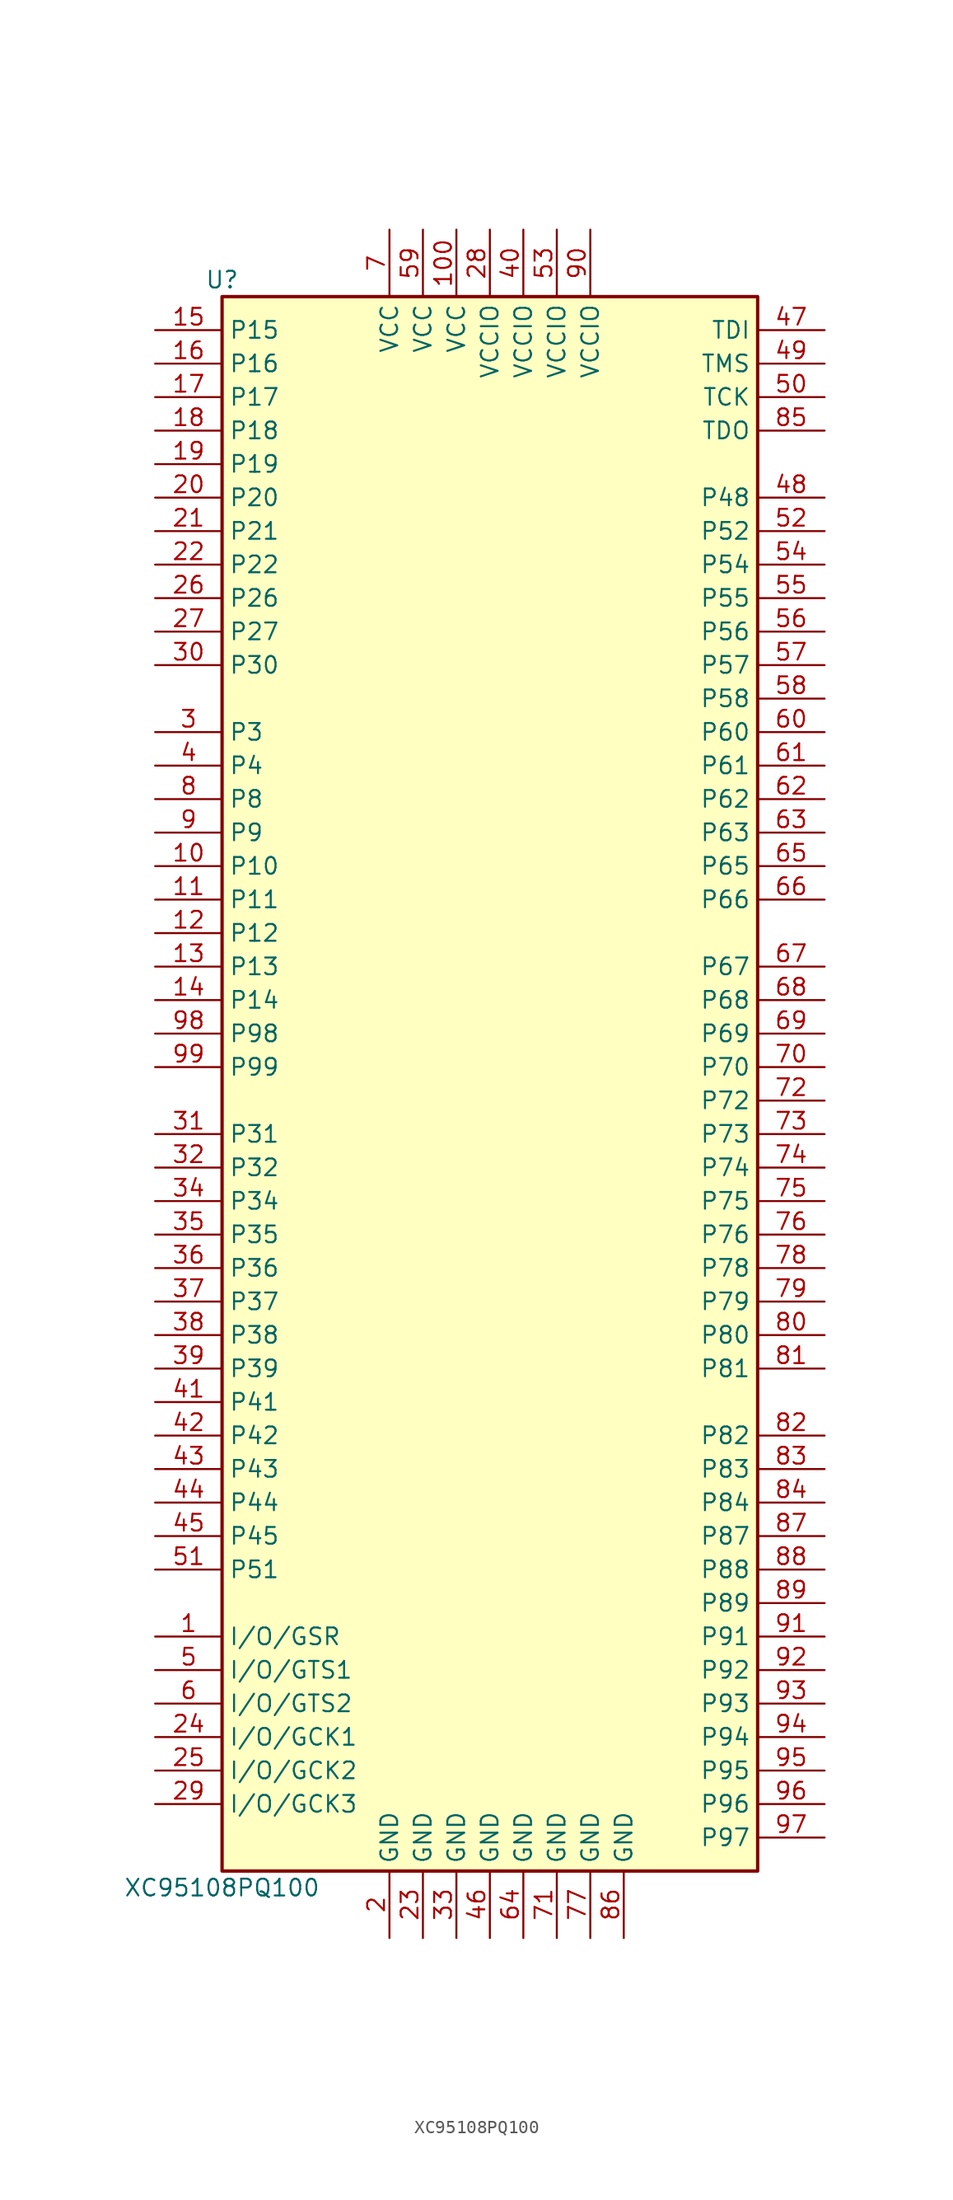
<source format=kicad_sym>
(kicad_symbol_lib
  (version 20201005)
  (generator kicad_symbol_editor)
  (symbol "XC95108PQ100"
    (property "Reference" "U"
      (at -20.32 59.69 0)
      (effects (font (size 1.27 1.27))))
    (property "Value" "XC95108PQ100"
      (at -20.32 -62.23 0)
      (effects (font (size 1.27 1.27))))
    (symbol "XC95108PQ100_1_1"
      (rectangle (start -20.32 58.42) (end 20.32 -60.96) (stroke (width 0.254)) (fill (type background)))
      (pin bidirectional line (at -25.4 -43.18 0) (length 5.08) (name "I/O/GSR" (effects (font (size 1.27 1.27)))) (number "1" (effects (font (size 1.27 1.27)))))
      (pin power_in line (at -7.62 -66.04 90) (length 5.08) (name "GND" (effects (font (size 1.27 1.27)))) (number "2" (effects (font (size 1.27 1.27)))))
      (pin bidirectional line (at -25.4 25.4 0) (length 5.08) (name "P3" (effects (font (size 1.27 1.27)))) (number "3" (effects (font (size 1.27 1.27)))))
      (pin bidirectional line (at -25.4 22.86 0) (length 5.08) (name "P4" (effects (font (size 1.27 1.27)))) (number "4" (effects (font (size 1.27 1.27)))))
      (pin bidirectional line (at -25.4 -45.72 0) (length 5.08) (name "I/O/GTS1" (effects (font (size 1.27 1.27)))) (number "5" (effects (font (size 1.27 1.27)))))
      (pin bidirectional line (at -25.4 -48.26 0) (length 5.08) (name "I/O/GTS2" (effects (font (size 1.27 1.27)))) (number "6" (effects (font (size 1.27 1.27)))))
      (pin power_in line (at -7.62 63.5 270) (length 5.08) (name "VCC" (effects (font (size 1.27 1.27)))) (number "7" (effects (font (size 1.27 1.27)))))
      (pin bidirectional line (at -25.4 20.32 0) (length 5.08) (name "P8" (effects (font (size 1.27 1.27)))) (number "8" (effects (font (size 1.27 1.27)))))
      (pin bidirectional line (at -25.4 17.78 0) (length 5.08) (name "P9" (effects (font (size 1.27 1.27)))) (number "9" (effects (font (size 1.27 1.27)))))
      (pin bidirectional line (at -25.4 15.24 0) (length 5.08) (name "P10" (effects (font (size 1.27 1.27)))) (number "10" (effects (font (size 1.27 1.27)))))
      (pin bidirectional line (at -25.4 43.18 0) (length 5.08) (name "P20" (effects (font (size 1.27 1.27)))) (number "20" (effects (font (size 1.27 1.27)))))
      (pin bidirectional line (at -25.4 30.48 0) (length 5.08) (name "P30" (effects (font (size 1.27 1.27)))) (number "30" (effects (font (size 1.27 1.27)))))
      (pin power_in line (at 2.54 63.5 270) (length 5.08) (name "VCCIO" (effects (font (size 1.27 1.27)))) (number "40" (effects (font (size 1.27 1.27)))))
      (pin input line (at 25.4 50.8 180) (length 5.08) (name "TCK" (effects (font (size 1.27 1.27)))) (number "50" (effects (font (size 1.27 1.27)))))
      (pin bidirectional line (at 25.4 25.4 180) (length 5.08) (name "P60" (effects (font (size 1.27 1.27)))) (number "60" (effects (font (size 1.27 1.27)))))
      (pin bidirectional line (at 25.4 0 180) (length 5.08) (name "P70" (effects (font (size 1.27 1.27)))) (number "70" (effects (font (size 1.27 1.27)))))
      (pin bidirectional line (at 25.4 -20.32 180) (length 5.08) (name "P80" (effects (font (size 1.27 1.27)))) (number "80" (effects (font (size 1.27 1.27)))))
      (pin power_in line (at 7.62 63.5 270) (length 5.08) (name "VCCIO" (effects (font (size 1.27 1.27)))) (number "90" (effects (font (size 1.27 1.27)))))
      (pin bidirectional line (at -25.4 12.7 0) (length 5.08) (name "P11" (effects (font (size 1.27 1.27)))) (number "11" (effects (font (size 1.27 1.27)))))
      (pin bidirectional line (at -25.4 40.64 0) (length 5.08) (name "P21" (effects (font (size 1.27 1.27)))) (number "21" (effects (font (size 1.27 1.27)))))
      (pin bidirectional line (at -25.4 -5.08 0) (length 5.08) (name "P31" (effects (font (size 1.27 1.27)))) (number "31" (effects (font (size 1.27 1.27)))))
      (pin bidirectional line (at -25.4 -25.4 0) (length 5.08) (name "P41" (effects (font (size 1.27 1.27)))) (number "41" (effects (font (size 1.27 1.27)))))
      (pin bidirectional line (at -25.4 -38.1 0) (length 5.08) (name "P51" (effects (font (size 1.27 1.27)))) (number "51" (effects (font (size 1.27 1.27)))))
      (pin bidirectional line (at 25.4 22.86 180) (length 5.08) (name "P61" (effects (font (size 1.27 1.27)))) (number "61" (effects (font (size 1.27 1.27)))))
      (pin power_in line (at 5.08 -66.04 90) (length 5.08) (name "GND" (effects (font (size 1.27 1.27)))) (number "71" (effects (font (size 1.27 1.27)))))
      (pin bidirectional line (at 25.4 -22.86 180) (length 5.08) (name "P81" (effects (font (size 1.27 1.27)))) (number "81" (effects (font (size 1.27 1.27)))))
      (pin bidirectional line (at 25.4 -43.18 180) (length 5.08) (name "P91" (effects (font (size 1.27 1.27)))) (number "91" (effects (font (size 1.27 1.27)))))
      (pin bidirectional line (at -25.4 10.16 0) (length 5.08) (name "P12" (effects (font (size 1.27 1.27)))) (number "12" (effects (font (size 1.27 1.27)))))
      (pin bidirectional line (at -25.4 38.1 0) (length 5.08) (name "P22" (effects (font (size 1.27 1.27)))) (number "22" (effects (font (size 1.27 1.27)))))
      (pin bidirectional line (at -25.4 -7.62 0) (length 5.08) (name "P32" (effects (font (size 1.27 1.27)))) (number "32" (effects (font (size 1.27 1.27)))))
      (pin bidirectional line (at -25.4 -27.94 0) (length 5.08) (name "P42" (effects (font (size 1.27 1.27)))) (number "42" (effects (font (size 1.27 1.27)))))
      (pin bidirectional line (at 25.4 40.64 180) (length 5.08) (name "P52" (effects (font (size 1.27 1.27)))) (number "52" (effects (font (size 1.27 1.27)))))
      (pin bidirectional line (at 25.4 20.32 180) (length 5.08) (name "P62" (effects (font (size 1.27 1.27)))) (number "62" (effects (font (size 1.27 1.27)))))
      (pin bidirectional line (at 25.4 -2.54 180) (length 5.08) (name "P72" (effects (font (size 1.27 1.27)))) (number "72" (effects (font (size 1.27 1.27)))))
      (pin bidirectional line (at 25.4 -27.94 180) (length 5.08) (name "P82" (effects (font (size 1.27 1.27)))) (number "82" (effects (font (size 1.27 1.27)))))
      (pin bidirectional line (at 25.4 -45.72 180) (length 5.08) (name "P92" (effects (font (size 1.27 1.27)))) (number "92" (effects (font (size 1.27 1.27)))))
      (pin bidirectional line (at -25.4 7.62 0) (length 5.08) (name "P13" (effects (font (size 1.27 1.27)))) (number "13" (effects (font (size 1.27 1.27)))))
      (pin power_in line (at -5.08 -66.04 90) (length 5.08) (name "GND" (effects (font (size 1.27 1.27)))) (number "23" (effects (font (size 1.27 1.27)))))
      (pin power_in line (at -2.54 -66.04 90) (length 5.08) (name "GND" (effects (font (size 1.27 1.27)))) (number "33" (effects (font (size 1.27 1.27)))))
      (pin bidirectional line (at -25.4 -30.48 0) (length 5.08) (name "P43" (effects (font (size 1.27 1.27)))) (number "43" (effects (font (size 1.27 1.27)))))
      (pin power_in line (at 5.08 63.5 270) (length 5.08) (name "VCCIO" (effects (font (size 1.27 1.27)))) (number "53" (effects (font (size 1.27 1.27)))))
      (pin bidirectional line (at 25.4 17.78 180) (length 5.08) (name "P63" (effects (font (size 1.27 1.27)))) (number "63" (effects (font (size 1.27 1.27)))))
      (pin bidirectional line (at 25.4 -5.08 180) (length 5.08) (name "P73" (effects (font (size 1.27 1.27)))) (number "73" (effects (font (size 1.27 1.27)))))
      (pin bidirectional line (at 25.4 -30.48 180) (length 5.08) (name "P83" (effects (font (size 1.27 1.27)))) (number "83" (effects (font (size 1.27 1.27)))))
      (pin bidirectional line (at 25.4 -48.26 180) (length 5.08) (name "P93" (effects (font (size 1.27 1.27)))) (number "93" (effects (font (size 1.27 1.27)))))
      (pin bidirectional line (at -25.4 5.08 0) (length 5.08) (name "P14" (effects (font (size 1.27 1.27)))) (number "14" (effects (font (size 1.27 1.27)))))
      (pin bidirectional line (at -25.4 -50.8 0) (length 5.08) (name "I/O/GCK1" (effects (font (size 1.27 1.27)))) (number "24" (effects (font (size 1.27 1.27)))))
      (pin bidirectional line (at -25.4 -10.16 0) (length 5.08) (name "P34" (effects (font (size 1.27 1.27)))) (number "34" (effects (font (size 1.27 1.27)))))
      (pin bidirectional line (at -25.4 -33.02 0) (length 5.08) (name "P44" (effects (font (size 1.27 1.27)))) (number "44" (effects (font (size 1.27 1.27)))))
      (pin bidirectional line (at 25.4 38.1 180) (length 5.08) (name "P54" (effects (font (size 1.27 1.27)))) (number "54" (effects (font (size 1.27 1.27)))))
      (pin power_in line (at 2.54 -66.04 90) (length 5.08) (name "GND" (effects (font (size 1.27 1.27)))) (number "64" (effects (font (size 1.27 1.27)))))
      (pin bidirectional line (at 25.4 -7.62 180) (length 5.08) (name "P74" (effects (font (size 1.27 1.27)))) (number "74" (effects (font (size 1.27 1.27)))))
      (pin bidirectional line (at 25.4 -33.02 180) (length 5.08) (name "P84" (effects (font (size 1.27 1.27)))) (number "84" (effects (font (size 1.27 1.27)))))
      (pin bidirectional line (at 25.4 -50.8 180) (length 5.08) (name "P94" (effects (font (size 1.27 1.27)))) (number "94" (effects (font (size 1.27 1.27)))))
      (pin bidirectional line (at -25.4 55.88 0) (length 5.08) (name "P15" (effects (font (size 1.27 1.27)))) (number "15" (effects (font (size 1.27 1.27)))))
      (pin bidirectional line (at -25.4 -53.34 0) (length 5.08) (name "I/O/GCK2" (effects (font (size 1.27 1.27)))) (number "25" (effects (font (size 1.27 1.27)))))
      (pin bidirectional line (at -25.4 -12.7 0) (length 5.08) (name "P35" (effects (font (size 1.27 1.27)))) (number "35" (effects (font (size 1.27 1.27)))))
      (pin bidirectional line (at -25.4 -35.56 0) (length 5.08) (name "P45" (effects (font (size 1.27 1.27)))) (number "45" (effects (font (size 1.27 1.27)))))
      (pin bidirectional line (at 25.4 35.56 180) (length 5.08) (name "P55" (effects (font (size 1.27 1.27)))) (number "55" (effects (font (size 1.27 1.27)))))
      (pin bidirectional line (at 25.4 15.24 180) (length 5.08) (name "P65" (effects (font (size 1.27 1.27)))) (number "65" (effects (font (size 1.27 1.27)))))
      (pin bidirectional line (at 25.4 -10.16 180) (length 5.08) (name "P75" (effects (font (size 1.27 1.27)))) (number "75" (effects (font (size 1.27 1.27)))))
      (pin output line (at 25.4 48.26 180) (length 5.08) (name "TDO" (effects (font (size 1.27 1.27)))) (number "85" (effects (font (size 1.27 1.27)))))
      (pin bidirectional line (at 25.4 -53.34 180) (length 5.08) (name "P95" (effects (font (size 1.27 1.27)))) (number "95" (effects (font (size 1.27 1.27)))))
      (pin bidirectional line (at -25.4 53.34 0) (length 5.08) (name "P16" (effects (font (size 1.27 1.27)))) (number "16" (effects (font (size 1.27 1.27)))))
      (pin bidirectional line (at -25.4 35.56 0) (length 5.08) (name "P26" (effects (font (size 1.27 1.27)))) (number "26" (effects (font (size 1.27 1.27)))))
      (pin bidirectional line (at -25.4 -15.24 0) (length 5.08) (name "P36" (effects (font (size 1.27 1.27)))) (number "36" (effects (font (size 1.27 1.27)))))
      (pin power_in line (at 0 -66.04 90) (length 5.08) (name "GND" (effects (font (size 1.27 1.27)))) (number "46" (effects (font (size 1.27 1.27)))))
      (pin bidirectional line (at 25.4 33.02 180) (length 5.08) (name "P56" (effects (font (size 1.27 1.27)))) (number "56" (effects (font (size 1.27 1.27)))))
      (pin bidirectional line (at 25.4 12.7 180) (length 5.08) (name "P66" (effects (font (size 1.27 1.27)))) (number "66" (effects (font (size 1.27 1.27)))))
      (pin bidirectional line (at 25.4 -12.7 180) (length 5.08) (name "P76" (effects (font (size 1.27 1.27)))) (number "76" (effects (font (size 1.27 1.27)))))
      (pin power_in line (at 10.16 -66.04 90) (length 5.08) (name "GND" (effects (font (size 1.27 1.27)))) (number "86" (effects (font (size 1.27 1.27)))))
      (pin bidirectional line (at 25.4 -55.88 180) (length 5.08) (name "P96" (effects (font (size 1.27 1.27)))) (number "96" (effects (font (size 1.27 1.27)))))
      (pin bidirectional line (at -25.4 50.8 0) (length 5.08) (name "P17" (effects (font (size 1.27 1.27)))) (number "17" (effects (font (size 1.27 1.27)))))
      (pin bidirectional line (at -25.4 33.02 0) (length 5.08) (name "P27" (effects (font (size 1.27 1.27)))) (number "27" (effects (font (size 1.27 1.27)))))
      (pin bidirectional line (at -25.4 -17.78 0) (length 5.08) (name "P37" (effects (font (size 1.27 1.27)))) (number "37" (effects (font (size 1.27 1.27)))))
      (pin input line (at 25.4 55.88 180) (length 5.08) (name "TDI" (effects (font (size 1.27 1.27)))) (number "47" (effects (font (size 1.27 1.27)))))
      (pin bidirectional line (at 25.4 30.48 180) (length 5.08) (name "P57" (effects (font (size 1.27 1.27)))) (number "57" (effects (font (size 1.27 1.27)))))
      (pin bidirectional line (at 25.4 7.62 180) (length 5.08) (name "P67" (effects (font (size 1.27 1.27)))) (number "67" (effects (font (size 1.27 1.27)))))
      (pin power_in line (at 7.62 -66.04 90) (length 5.08) (name "GND" (effects (font (size 1.27 1.27)))) (number "77" (effects (font (size 1.27 1.27)))))
      (pin bidirectional line (at 25.4 -35.56 180) (length 5.08) (name "P87" (effects (font (size 1.27 1.27)))) (number "87" (effects (font (size 1.27 1.27)))))
      (pin bidirectional line (at 25.4 -58.42 180) (length 5.08) (name "P97" (effects (font (size 1.27 1.27)))) (number "97" (effects (font (size 1.27 1.27)))))
      (pin bidirectional line (at -25.4 48.26 0) (length 5.08) (name "P18" (effects (font (size 1.27 1.27)))) (number "18" (effects (font (size 1.27 1.27)))))
      (pin power_in line (at 0 63.5 270) (length 5.08) (name "VCCIO" (effects (font (size 1.27 1.27)))) (number "28" (effects (font (size 1.27 1.27)))))
      (pin bidirectional line (at -25.4 -20.32 0) (length 5.08) (name "P38" (effects (font (size 1.27 1.27)))) (number "38" (effects (font (size 1.27 1.27)))))
      (pin bidirectional line (at 25.4 43.18 180) (length 5.08) (name "P48" (effects (font (size 1.27 1.27)))) (number "48" (effects (font (size 1.27 1.27)))))
      (pin bidirectional line (at 25.4 27.94 180) (length 5.08) (name "P58" (effects (font (size 1.27 1.27)))) (number "58" (effects (font (size 1.27 1.27)))))
      (pin bidirectional line (at 25.4 5.08 180) (length 5.08) (name "P68" (effects (font (size 1.27 1.27)))) (number "68" (effects (font (size 1.27 1.27)))))
      (pin bidirectional line (at 25.4 -15.24 180) (length 5.08) (name "P78" (effects (font (size 1.27 1.27)))) (number "78" (effects (font (size 1.27 1.27)))))
      (pin bidirectional line (at 25.4 -38.1 180) (length 5.08) (name "P88" (effects (font (size 1.27 1.27)))) (number "88" (effects (font (size 1.27 1.27)))))
      (pin bidirectional line (at -25.4 2.54 0) (length 5.08) (name "P98" (effects (font (size 1.27 1.27)))) (number "98" (effects (font (size 1.27 1.27)))))
      (pin bidirectional line (at -25.4 45.72 0) (length 5.08) (name "P19" (effects (font (size 1.27 1.27)))) (number "19" (effects (font (size 1.27 1.27)))))
      (pin bidirectional line (at -25.4 -55.88 0) (length 5.08) (name "I/O/GCK3" (effects (font (size 1.27 1.27)))) (number "29" (effects (font (size 1.27 1.27)))))
      (pin bidirectional line (at -25.4 -22.86 0) (length 5.08) (name "P39" (effects (font (size 1.27 1.27)))) (number "39" (effects (font (size 1.27 1.27)))))
      (pin input line (at 25.4 53.34 180) (length 5.08) (name "TMS" (effects (font (size 1.27 1.27)))) (number "49" (effects (font (size 1.27 1.27)))))
      (pin power_in line (at -5.08 63.5 270) (length 5.08) (name "VCC" (effects (font (size 1.27 1.27)))) (number "59" (effects (font (size 1.27 1.27)))))
      (pin bidirectional line (at 25.4 2.54 180) (length 5.08) (name "P69" (effects (font (size 1.27 1.27)))) (number "69" (effects (font (size 1.27 1.27)))))
      (pin bidirectional line (at 25.4 -17.78 180) (length 5.08) (name "P79" (effects (font (size 1.27 1.27)))) (number "79" (effects (font (size 1.27 1.27)))))
      (pin bidirectional line (at 25.4 -40.64 180) (length 5.08) (name "P89" (effects (font (size 1.27 1.27)))) (number "89" (effects (font (size 1.27 1.27)))))
      (pin bidirectional line (at -25.4 0 0) (length 5.08) (name "P99" (effects (font (size 1.27 1.27)))) (number "99" (effects (font (size 1.27 1.27)))))
      (pin power_in line (at -2.54 63.5 270) (length 5.08) (name "VCC" (effects (font (size 1.27 1.27)))) (number "100" (effects (font (size 1.27 1.27))))))))
</source>
